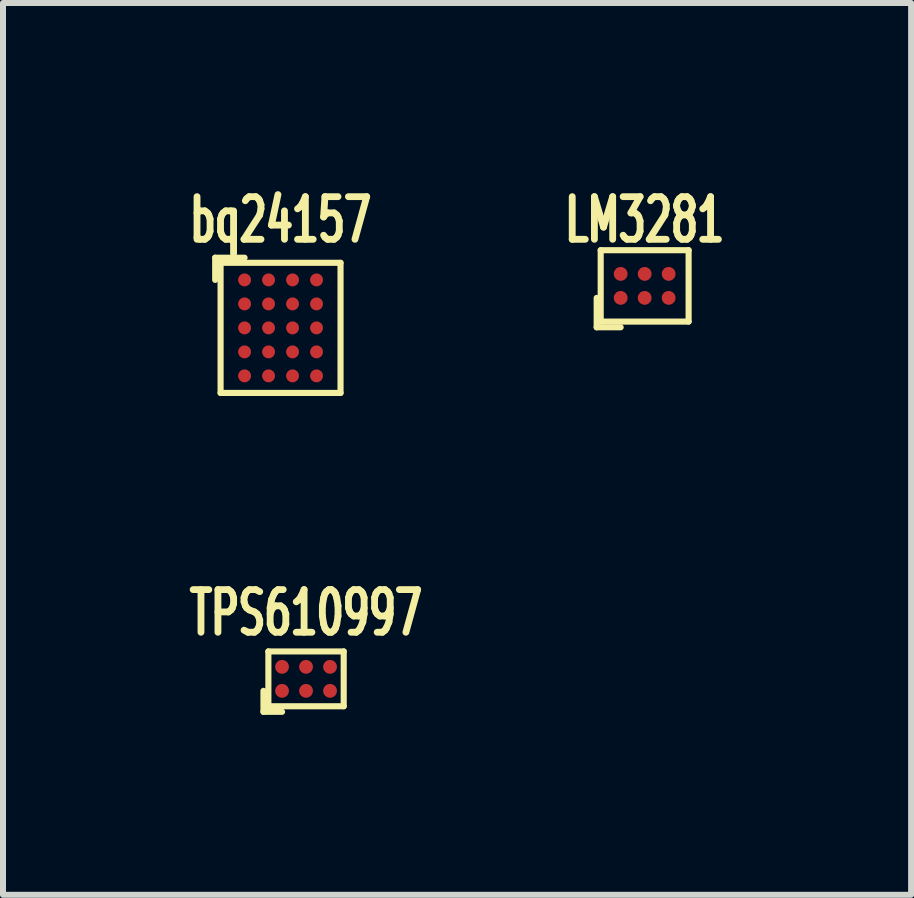
<source format=kicad_pcb>
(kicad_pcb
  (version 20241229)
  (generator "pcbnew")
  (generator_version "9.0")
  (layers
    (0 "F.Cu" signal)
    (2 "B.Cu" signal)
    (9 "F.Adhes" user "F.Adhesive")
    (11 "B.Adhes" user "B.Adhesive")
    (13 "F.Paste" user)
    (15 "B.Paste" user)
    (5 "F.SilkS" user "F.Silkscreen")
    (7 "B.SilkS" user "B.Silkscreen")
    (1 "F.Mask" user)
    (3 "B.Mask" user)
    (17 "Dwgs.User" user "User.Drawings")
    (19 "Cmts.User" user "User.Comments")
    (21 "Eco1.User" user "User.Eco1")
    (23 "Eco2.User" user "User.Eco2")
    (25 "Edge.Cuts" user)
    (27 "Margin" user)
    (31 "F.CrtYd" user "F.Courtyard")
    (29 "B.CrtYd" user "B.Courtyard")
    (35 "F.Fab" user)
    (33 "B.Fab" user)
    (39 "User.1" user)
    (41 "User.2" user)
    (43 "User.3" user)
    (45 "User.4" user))
  (footprint "TPS610997"
    (layer "F.Cu")
    (at 2.053 8.269)
    (property "Reference" "TPS610997" (at 0 -1.1 0) (layer "F.SilkS") (effects (font (size 0.711 0.457) (thickness 0.114))))
    (attr smd)
    (fp_line (start -0.71 0.2) (end -0.71 0.55) (stroke (width 0.102) (type solid)) (layer "F.SilkS"))
    (fp_line (start -0.71 0.55) (end -0.4 0.55) (stroke (width 0.102) (type solid)) (layer "F.SilkS"))
    (fp_line (start -0.628 -0.457) (end -0.628 0.457) (stroke (width 0.102) (type solid)) (layer "F.SilkS"))
    (fp_line (start -0.628 0.457) (end 0.628 0.457) (stroke (width 0.102) (type solid)) (layer "F.SilkS"))
    (fp_line (start 0.628 -0.457) (end -0.628 -0.457) (stroke (width 0.102) (type solid)) (layer "F.SilkS"))
    (fp_line (start 0.628 0.457) (end 0.628 -0.457) (stroke (width 0.102) (type solid)) (layer "F.SilkS"))
    (pad "A1" smd circle (at -0.4 0.2) (size 0.23 0.23) (layers "F.Cu" "F.Mask" "F.Paste"))
    (pad "A2" smd circle (at -0.4 -0.2) (size 0.23 0.23) (layers "F.Cu" "F.Mask" "F.Paste"))
    (pad "B1" smd circle (at 0 0.2) (size 0.23 0.23) (layers "F.Cu" "F.Mask" "F.Paste"))
    (pad "B2" smd circle (at 0 -0.2) (size 0.23 0.23) (layers "F.Cu" "F.Mask" "F.Paste"))
    (pad "C1" smd circle (at 0.4 0.2) (size 0.23 0.23) (layers "F.Cu" "F.Mask" "F.Paste"))
    (pad "C2" smd circle (at 0.4 -0.2) (size 0.23 0.23) (layers "F.Cu" "F.Mask" "F.Paste")))
  (footprint "bq24157"
    (layer "F.Cu")
    (at 1.628 2.417)
    (property "Reference" "bq24157" (at 0 -1.8 0) (layer "F.SilkS") (effects (font (size 0.711 0.457) (thickness 0.114))))
    (attr smd)
    (fp_line (start -1.09 -1.17) (end -1.09 -0.8) (stroke (width 0.102) (type solid)) (layer "F.SilkS"))
    (fp_line (start -1 -1.085) (end -1 1.085) (stroke (width 0.102) (type solid)) (layer "F.SilkS"))
    (fp_line (start -1 1.085) (end 1 1.085) (stroke (width 0.102) (type solid)) (layer "F.SilkS"))
    (fp_line (start -0.6 -1.17) (end -1.09 -1.17) (stroke (width 0.102) (type solid)) (layer "F.SilkS"))
    (fp_line (start 1 -1.085) (end -1 -1.085) (stroke (width 0.102) (type solid)) (layer "F.SilkS"))
    (fp_line (start 1 1.085) (end 1 -1.085) (stroke (width 0.102) (type solid)) (layer "F.SilkS"))
    (pad "A1" smd circle (at -0.6 -0.8) (size 0.215 0.215) (layers "F.Cu" "F.Mask" "F.Paste"))
    (pad "A2" smd circle (at -0.2 -0.8) (size 0.215 0.215) (layers "F.Cu" "F.Mask" "F.Paste"))
    (pad "A3" smd circle (at 0.2 -0.8) (size 0.215 0.215) (layers "F.Cu" "F.Mask" "F.Paste"))
    (pad "A4" smd circle (at 0.6 -0.8) (size 0.215 0.215) (layers "F.Cu" "F.Mask" "F.Paste"))
    (pad "B1" smd circle (at -0.6 -0.4) (size 0.215 0.215) (layers "F.Cu" "F.Mask" "F.Paste"))
    (pad "B2" smd circle (at -0.2 -0.4) (size 0.215 0.215) (layers "F.Cu" "F.Mask" "F.Paste"))
    (pad "B3" smd circle (at 0.2 -0.4) (size 0.215 0.215) (layers "F.Cu" "F.Mask" "F.Paste"))
    (pad "B4" smd circle (at 0.6 -0.4) (size 0.215 0.215) (layers "F.Cu" "F.Mask" "F.Paste"))
    (pad "C1" smd circle (at -0.6 0) (size 0.215 0.215) (layers "F.Cu" "F.Mask" "F.Paste"))
    (pad "C2" smd circle (at -0.2 0) (size 0.215 0.215) (layers "F.Cu" "F.Mask" "F.Paste"))
    (pad "C3" smd circle (at 0.2 0) (size 0.215 0.215) (layers "F.Cu" "F.Mask" "F.Paste"))
    (pad "C4" smd circle (at 0.6 0) (size 0.215 0.215) (layers "F.Cu" "F.Mask" "F.Paste"))
    (pad "D1" smd circle (at -0.6 0.4) (size 0.215 0.215) (layers "F.Cu" "F.Mask" "F.Paste"))
    (pad "D2" smd circle (at -0.2 0.4) (size 0.215 0.215) (layers "F.Cu" "F.Mask" "F.Paste"))
    (pad "D3" smd circle (at 0.2 0.4) (size 0.215 0.215) (layers "F.Cu" "F.Mask" "F.Paste"))
    (pad "D4" smd circle (at 0.6 0.4) (size 0.215 0.215) (layers "F.Cu" "F.Mask" "F.Paste"))
    (pad "E1" smd circle (at -0.6 0.8) (size 0.215 0.215) (layers "F.Cu" "F.Mask" "F.Paste"))
    (pad "E2" smd circle (at -0.2 0.8) (size 0.215 0.215) (layers "F.Cu" "F.Mask" "F.Paste"))
    (pad "E3" smd circle (at 0.2 0.8) (size 0.215 0.215) (layers "F.Cu" "F.Mask" "F.Paste"))
    (pad "E4" smd circle (at 0.6 0.8) (size 0.215 0.215) (layers "F.Cu" "F.Mask" "F.Paste")))
  (footprint "LM3281"
    (layer "F.Cu")
    (at 7.699 1.717)
    (property "Reference" "LM3281" (at 0 -1.1 0) (layer "F.SilkS") (effects (font (size 0.711 0.457) (thickness 0.114))))
    (attr smd)
    (fp_line (start -0.8 0.2) (end -0.8 0.69) (stroke (width 0.102) (type solid)) (layer "F.SilkS"))
    (fp_line (start -0.8 0.69) (end -0.4 0.69) (stroke (width 0.102) (type solid)) (layer "F.SilkS"))
    (fp_line (start -0.733 -0.595) (end -0.733 0.595) (stroke (width 0.102) (type solid)) (layer "F.SilkS"))
    (fp_line (start -0.733 0.595) (end 0.733 0.595) (stroke (width 0.102) (type solid)) (layer "F.SilkS"))
    (fp_line (start 0.733 -0.595) (end -0.733 -0.595) (stroke (width 0.102) (type solid)) (layer "F.SilkS"))
    (fp_line (start 0.733 0.595) (end 0.733 -0.595) (stroke (width 0.102) (type solid)) (layer "F.SilkS"))
    (pad "A1" smd circle (at -0.4 0.2) (size 0.23 0.23) (layers "F.Cu" "F.Mask" "F.Paste"))
    (pad "A2" smd circle (at -0.4 -0.2) (size 0.23 0.23) (layers "F.Cu" "F.Mask" "F.Paste"))
    (pad "B1" smd circle (at 0 0.2) (size 0.23 0.23) (layers "F.Cu" "F.Mask" "F.Paste"))
    (pad "B2" smd circle (at 0 -0.2) (size 0.23 0.23) (layers "F.Cu" "F.Mask" "F.Paste"))
    (pad "C1" smd circle (at 0.4 0.2) (size 0.23 0.23) (layers "F.Cu" "F.Mask" "F.Paste"))
    (pad "C2" smd circle (at 0.4 -0.2) (size 0.23 0.23) (layers "F.Cu" "F.Mask" "F.Paste")))
  (gr_rect
    (start -3 -3)
    (end 12.142 11.87)
    (stroke (width 0.1) (type default))
    (fill no)
    (layer "Edge.Cuts")))
</source>
